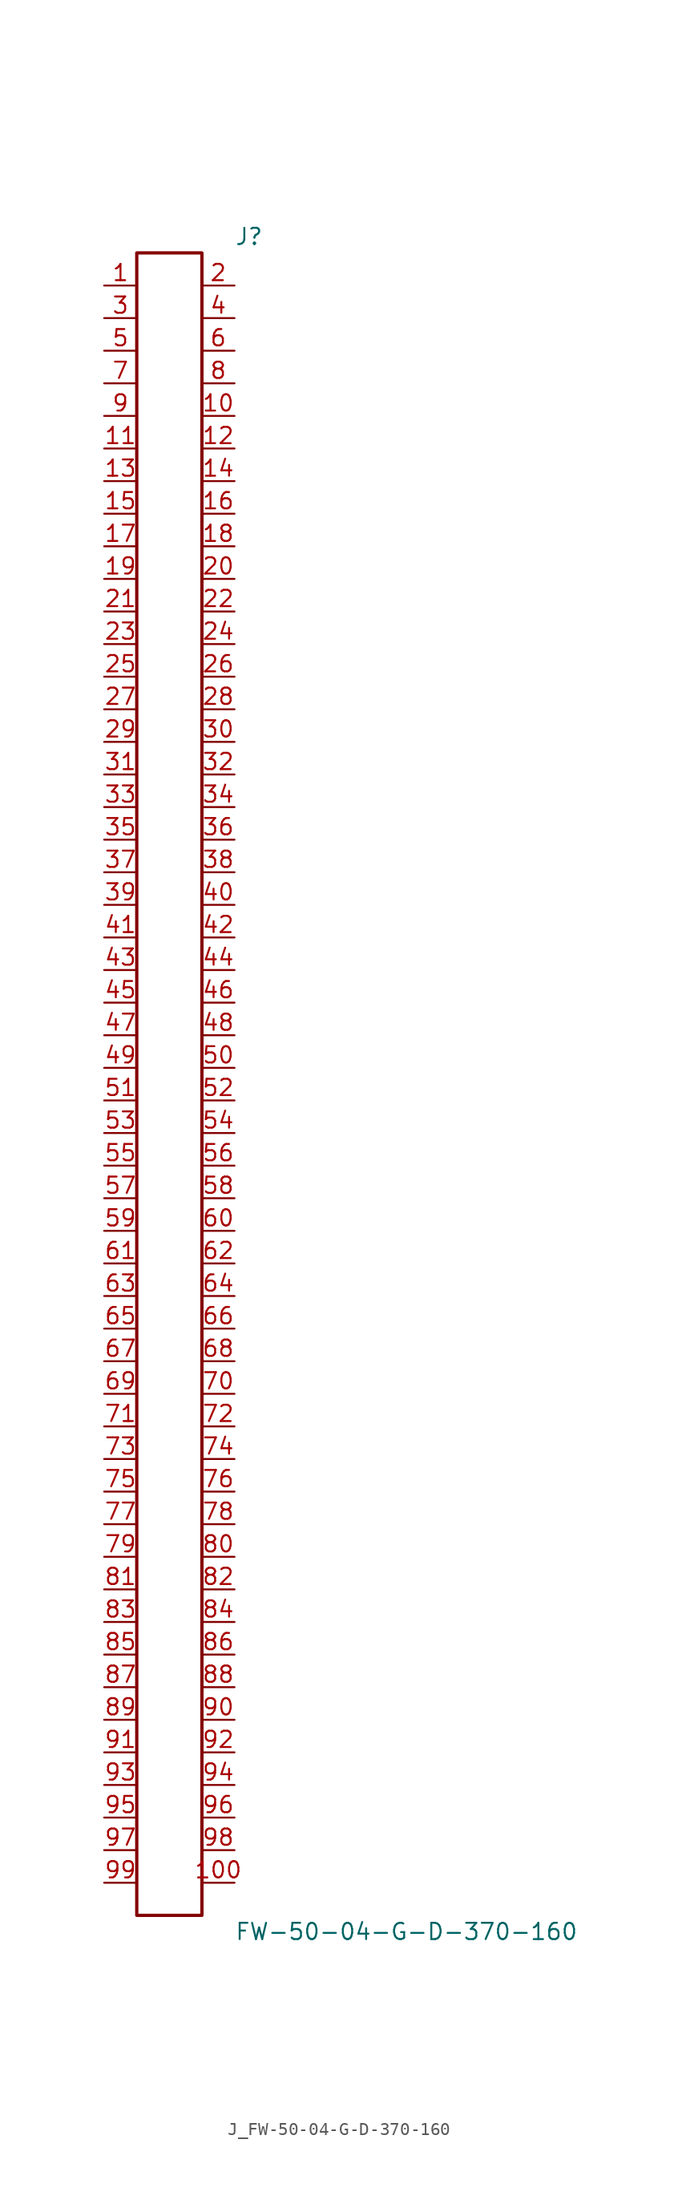
<source format=kicad_sym>
(kicad_symbol_lib
  (version 20231120)
  (generator kicad_symbol_editor)
  (generator_version 8.0)
  (symbol "J_FW-50-04-G-D-370-160"
    (pin_names
      (offset 0.254))
    (property "Reference" "J"
      (at 5.08 66.04 0)
      (effects (font (size 1.27 1.27)) (justify left)))
    (property "Value" "FW-50-04-G-D-370-160"
      (at 5.08 -66.04 0)
      (effects (font (size 1.27 1.27)) (justify left)))
    (symbol "J_FW-50-04-G-D-370-160_0_0"
      (pin unspecified line (at -5.08 62.23 0) (length 2.54) (name "" (effects (font (size 1.27 1.27)))) (number "1" (effects (font (size 1.27 1.27)))))
      (pin unspecified line (at 5.08 62.23 180) (length 2.54) (name "" (effects (font (size 1.27 1.27)))) (number "2" (effects (font (size 1.27 1.27)))))
      (pin unspecified line (at -5.08 59.69 0) (length 2.54) (name "" (effects (font (size 1.27 1.27)))) (number "3" (effects (font (size 1.27 1.27)))))
      (pin unspecified line (at 5.08 59.69 180) (length 2.54) (name "" (effects (font (size 1.27 1.27)))) (number "4" (effects (font (size 1.27 1.27)))))
      (pin unspecified line (at -5.08 57.15 0) (length 2.54) (name "" (effects (font (size 1.27 1.27)))) (number "5" (effects (font (size 1.27 1.27)))))
      (pin unspecified line (at 5.08 57.15 180) (length 2.54) (name "" (effects (font (size 1.27 1.27)))) (number "6" (effects (font (size 1.27 1.27)))))
      (pin unspecified line (at -5.08 54.61 0) (length 2.54) (name "" (effects (font (size 1.27 1.27)))) (number "7" (effects (font (size 1.27 1.27)))))
      (pin unspecified line (at 5.08 54.61 180) (length 2.54) (name "" (effects (font (size 1.27 1.27)))) (number "8" (effects (font (size 1.27 1.27)))))
      (pin unspecified line (at -5.08 52.07 0) (length 2.54) (name "" (effects (font (size 1.27 1.27)))) (number "9" (effects (font (size 1.27 1.27)))))
      (pin unspecified line (at 5.08 52.07 180) (length 2.54) (name "" (effects (font (size 1.27 1.27)))) (number "10" (effects (font (size 1.27 1.27)))))
      (pin unspecified line (at -5.08 49.53 0) (length 2.54) (name "" (effects (font (size 1.27 1.27)))) (number "11" (effects (font (size 1.27 1.27)))))
      (pin unspecified line (at 5.08 49.53 180) (length 2.54) (name "" (effects (font (size 1.27 1.27)))) (number "12" (effects (font (size 1.27 1.27)))))
      (pin unspecified line (at -5.08 46.99 0) (length 2.54) (name "" (effects (font (size 1.27 1.27)))) (number "13" (effects (font (size 1.27 1.27)))))
      (pin unspecified line (at 5.08 46.99 180) (length 2.54) (name "" (effects (font (size 1.27 1.27)))) (number "14" (effects (font (size 1.27 1.27)))))
      (pin unspecified line (at -5.08 44.45 0) (length 2.54) (name "" (effects (font (size 1.27 1.27)))) (number "15" (effects (font (size 1.27 1.27)))))
      (pin unspecified line (at 5.08 44.45 180) (length 2.54) (name "" (effects (font (size 1.27 1.27)))) (number "16" (effects (font (size 1.27 1.27)))))
      (pin unspecified line (at -5.08 41.91 0) (length 2.54) (name "" (effects (font (size 1.27 1.27)))) (number "17" (effects (font (size 1.27 1.27)))))
      (pin unspecified line (at 5.08 41.91 180) (length 2.54) (name "" (effects (font (size 1.27 1.27)))) (number "18" (effects (font (size 1.27 1.27)))))
      (pin unspecified line (at -5.08 39.37 0) (length 2.54) (name "" (effects (font (size 1.27 1.27)))) (number "19" (effects (font (size 1.27 1.27)))))
      (pin unspecified line (at 5.08 39.37 180) (length 2.54) (name "" (effects (font (size 1.27 1.27)))) (number "20" (effects (font (size 1.27 1.27)))))
      (pin unspecified line (at -5.08 36.83 0) (length 2.54) (name "" (effects (font (size 1.27 1.27)))) (number "21" (effects (font (size 1.27 1.27)))))
      (pin unspecified line (at 5.08 36.83 180) (length 2.54) (name "" (effects (font (size 1.27 1.27)))) (number "22" (effects (font (size 1.27 1.27)))))
      (pin unspecified line (at -5.08 34.29 0) (length 2.54) (name "" (effects (font (size 1.27 1.27)))) (number "23" (effects (font (size 1.27 1.27)))))
      (pin unspecified line (at 5.08 34.29 180) (length 2.54) (name "" (effects (font (size 1.27 1.27)))) (number "24" (effects (font (size 1.27 1.27)))))
      (pin unspecified line (at -5.08 31.75 0) (length 2.54) (name "" (effects (font (size 1.27 1.27)))) (number "25" (effects (font (size 1.27 1.27)))))
      (pin unspecified line (at 5.08 31.75 180) (length 2.54) (name "" (effects (font (size 1.27 1.27)))) (number "26" (effects (font (size 1.27 1.27)))))
      (pin unspecified line (at -5.08 29.21 0) (length 2.54) (name "" (effects (font (size 1.27 1.27)))) (number "27" (effects (font (size 1.27 1.27)))))
      (pin unspecified line (at 5.08 29.21 180) (length 2.54) (name "" (effects (font (size 1.27 1.27)))) (number "28" (effects (font (size 1.27 1.27)))))
      (pin unspecified line (at -5.08 26.67 0) (length 2.54) (name "" (effects (font (size 1.27 1.27)))) (number "29" (effects (font (size 1.27 1.27)))))
      (pin unspecified line (at 5.08 26.67 180) (length 2.54) (name "" (effects (font (size 1.27 1.27)))) (number "30" (effects (font (size 1.27 1.27)))))
      (pin unspecified line (at -5.08 24.13 0) (length 2.54) (name "" (effects (font (size 1.27 1.27)))) (number "31" (effects (font (size 1.27 1.27)))))
      (pin unspecified line (at 5.08 24.13 180) (length 2.54) (name "" (effects (font (size 1.27 1.27)))) (number "32" (effects (font (size 1.27 1.27)))))
      (pin unspecified line (at -5.08 21.59 0) (length 2.54) (name "" (effects (font (size 1.27 1.27)))) (number "33" (effects (font (size 1.27 1.27)))))
      (pin unspecified line (at 5.08 21.59 180) (length 2.54) (name "" (effects (font (size 1.27 1.27)))) (number "34" (effects (font (size 1.27 1.27)))))
      (pin unspecified line (at -5.08 19.05 0) (length 2.54) (name "" (effects (font (size 1.27 1.27)))) (number "35" (effects (font (size 1.27 1.27)))))
      (pin unspecified line (at 5.08 19.05 180) (length 2.54) (name "" (effects (font (size 1.27 1.27)))) (number "36" (effects (font (size 1.27 1.27)))))
      (pin unspecified line (at -5.08 16.51 0) (length 2.54) (name "" (effects (font (size 1.27 1.27)))) (number "37" (effects (font (size 1.27 1.27)))))
      (pin unspecified line (at 5.08 16.51 180) (length 2.54) (name "" (effects (font (size 1.27 1.27)))) (number "38" (effects (font (size 1.27 1.27)))))
      (pin unspecified line (at -5.08 13.97 0) (length 2.54) (name "" (effects (font (size 1.27 1.27)))) (number "39" (effects (font (size 1.27 1.27)))))
      (pin unspecified line (at 5.08 13.97 180) (length 2.54) (name "" (effects (font (size 1.27 1.27)))) (number "40" (effects (font (size 1.27 1.27)))))
      (pin unspecified line (at -5.08 11.43 0) (length 2.54) (name "" (effects (font (size 1.27 1.27)))) (number "41" (effects (font (size 1.27 1.27)))))
      (pin unspecified line (at 5.08 11.43 180) (length 2.54) (name "" (effects (font (size 1.27 1.27)))) (number "42" (effects (font (size 1.27 1.27)))))
      (pin unspecified line (at -5.08 8.89 0) (length 2.54) (name "" (effects (font (size 1.27 1.27)))) (number "43" (effects (font (size 1.27 1.27)))))
      (pin unspecified line (at 5.08 8.89 180) (length 2.54) (name "" (effects (font (size 1.27 1.27)))) (number "44" (effects (font (size 1.27 1.27)))))
      (pin unspecified line (at -5.08 6.35 0) (length 2.54) (name "" (effects (font (size 1.27 1.27)))) (number "45" (effects (font (size 1.27 1.27)))))
      (pin unspecified line (at 5.08 6.35 180) (length 2.54) (name "" (effects (font (size 1.27 1.27)))) (number "46" (effects (font (size 1.27 1.27)))))
      (pin unspecified line (at -5.08 3.81 0) (length 2.54) (name "" (effects (font (size 1.27 1.27)))) (number "47" (effects (font (size 1.27 1.27)))))
      (pin unspecified line (at 5.08 3.81 180) (length 2.54) (name "" (effects (font (size 1.27 1.27)))) (number "48" (effects (font (size 1.27 1.27)))))
      (pin unspecified line (at -5.08 1.27 0) (length 2.54) (name "" (effects (font (size 1.27 1.27)))) (number "49" (effects (font (size 1.27 1.27)))))
      (pin unspecified line (at 5.08 1.27 180) (length 2.54) (name "" (effects (font (size 1.27 1.27)))) (number "50" (effects (font (size 1.27 1.27)))))
      (pin unspecified line (at -5.08 -1.27 0) (length 2.54) (name "" (effects (font (size 1.27 1.27)))) (number "51" (effects (font (size 1.27 1.27)))))
      (pin unspecified line (at 5.08 -1.27 180) (length 2.54) (name "" (effects (font (size 1.27 1.27)))) (number "52" (effects (font (size 1.27 1.27)))))
      (pin unspecified line (at -5.08 -3.81 0) (length 2.54) (name "" (effects (font (size 1.27 1.27)))) (number "53" (effects (font (size 1.27 1.27)))))
      (pin unspecified line (at 5.08 -3.81 180) (length 2.54) (name "" (effects (font (size 1.27 1.27)))) (number "54" (effects (font (size 1.27 1.27)))))
      (pin unspecified line (at -5.08 -6.35 0) (length 2.54) (name "" (effects (font (size 1.27 1.27)))) (number "55" (effects (font (size 1.27 1.27)))))
      (pin unspecified line (at 5.08 -6.35 180) (length 2.54) (name "" (effects (font (size 1.27 1.27)))) (number "56" (effects (font (size 1.27 1.27)))))
      (pin unspecified line (at -5.08 -8.89 0) (length 2.54) (name "" (effects (font (size 1.27 1.27)))) (number "57" (effects (font (size 1.27 1.27)))))
      (pin unspecified line (at 5.08 -8.89 180) (length 2.54) (name "" (effects (font (size 1.27 1.27)))) (number "58" (effects (font (size 1.27 1.27)))))
      (pin unspecified line (at -5.08 -11.43 0) (length 2.54) (name "" (effects (font (size 1.27 1.27)))) (number "59" (effects (font (size 1.27 1.27)))))
      (pin unspecified line (at 5.08 -11.43 180) (length 2.54) (name "" (effects (font (size 1.27 1.27)))) (number "60" (effects (font (size 1.27 1.27)))))
      (pin unspecified line (at -5.08 -13.97 0) (length 2.54) (name "" (effects (font (size 1.27 1.27)))) (number "61" (effects (font (size 1.27 1.27)))))
      (pin unspecified line (at 5.08 -13.97 180) (length 2.54) (name "" (effects (font (size 1.27 1.27)))) (number "62" (effects (font (size 1.27 1.27)))))
      (pin unspecified line (at -5.08 -16.51 0) (length 2.54) (name "" (effects (font (size 1.27 1.27)))) (number "63" (effects (font (size 1.27 1.27)))))
      (pin unspecified line (at 5.08 -16.51 180) (length 2.54) (name "" (effects (font (size 1.27 1.27)))) (number "64" (effects (font (size 1.27 1.27)))))
      (pin unspecified line (at -5.08 -19.05 0) (length 2.54) (name "" (effects (font (size 1.27 1.27)))) (number "65" (effects (font (size 1.27 1.27)))))
      (pin unspecified line (at 5.08 -19.05 180) (length 2.54) (name "" (effects (font (size 1.27 1.27)))) (number "66" (effects (font (size 1.27 1.27)))))
      (pin unspecified line (at -5.08 -21.59 0) (length 2.54) (name "" (effects (font (size 1.27 1.27)))) (number "67" (effects (font (size 1.27 1.27)))))
      (pin unspecified line (at 5.08 -21.59 180) (length 2.54) (name "" (effects (font (size 1.27 1.27)))) (number "68" (effects (font (size 1.27 1.27)))))
      (pin unspecified line (at -5.08 -24.13 0) (length 2.54) (name "" (effects (font (size 1.27 1.27)))) (number "69" (effects (font (size 1.27 1.27)))))
      (pin unspecified line (at 5.08 -24.13 180) (length 2.54) (name "" (effects (font (size 1.27 1.27)))) (number "70" (effects (font (size 1.27 1.27)))))
      (pin unspecified line (at -5.08 -26.67 0) (length 2.54) (name "" (effects (font (size 1.27 1.27)))) (number "71" (effects (font (size 1.27 1.27)))))
      (pin unspecified line (at 5.08 -26.67 180) (length 2.54) (name "" (effects (font (size 1.27 1.27)))) (number "72" (effects (font (size 1.27 1.27)))))
      (pin unspecified line (at -5.08 -29.21 0) (length 2.54) (name "" (effects (font (size 1.27 1.27)))) (number "73" (effects (font (size 1.27 1.27)))))
      (pin unspecified line (at 5.08 -29.21 180) (length 2.54) (name "" (effects (font (size 1.27 1.27)))) (number "74" (effects (font (size 1.27 1.27)))))
      (pin unspecified line (at -5.08 -31.75 0) (length 2.54) (name "" (effects (font (size 1.27 1.27)))) (number "75" (effects (font (size 1.27 1.27)))))
      (pin unspecified line (at 5.08 -31.75 180) (length 2.54) (name "" (effects (font (size 1.27 1.27)))) (number "76" (effects (font (size 1.27 1.27)))))
      (pin unspecified line (at -5.08 -34.29 0) (length 2.54) (name "" (effects (font (size 1.27 1.27)))) (number "77" (effects (font (size 1.27 1.27)))))
      (pin unspecified line (at 5.08 -34.29 180) (length 2.54) (name "" (effects (font (size 1.27 1.27)))) (number "78" (effects (font (size 1.27 1.27)))))
      (pin unspecified line (at -5.08 -36.83 0) (length 2.54) (name "" (effects (font (size 1.27 1.27)))) (number "79" (effects (font (size 1.27 1.27)))))
      (pin unspecified line (at 5.08 -36.83 180) (length 2.54) (name "" (effects (font (size 1.27 1.27)))) (number "80" (effects (font (size 1.27 1.27)))))
      (pin unspecified line (at -5.08 -39.37 0) (length 2.54) (name "" (effects (font (size 1.27 1.27)))) (number "81" (effects (font (size 1.27 1.27)))))
      (pin unspecified line (at 5.08 -39.37 180) (length 2.54) (name "" (effects (font (size 1.27 1.27)))) (number "82" (effects (font (size 1.27 1.27)))))
      (pin unspecified line (at -5.08 -41.91 0) (length 2.54) (name "" (effects (font (size 1.27 1.27)))) (number "83" (effects (font (size 1.27 1.27)))))
      (pin unspecified line (at 5.08 -41.91 180) (length 2.54) (name "" (effects (font (size 1.27 1.27)))) (number "84" (effects (font (size 1.27 1.27)))))
      (pin unspecified line (at -5.08 -44.45 0) (length 2.54) (name "" (effects (font (size 1.27 1.27)))) (number "85" (effects (font (size 1.27 1.27)))))
      (pin unspecified line (at 5.08 -44.45 180) (length 2.54) (name "" (effects (font (size 1.27 1.27)))) (number "86" (effects (font (size 1.27 1.27)))))
      (pin unspecified line (at -5.08 -46.99 0) (length 2.54) (name "" (effects (font (size 1.27 1.27)))) (number "87" (effects (font (size 1.27 1.27)))))
      (pin unspecified line (at 5.08 -46.99 180) (length 2.54) (name "" (effects (font (size 1.27 1.27)))) (number "88" (effects (font (size 1.27 1.27)))))
      (pin unspecified line (at -5.08 -49.53 0) (length 2.54) (name "" (effects (font (size 1.27 1.27)))) (number "89" (effects (font (size 1.27 1.27)))))
      (pin unspecified line (at 5.08 -49.53 180) (length 2.54) (name "" (effects (font (size 1.27 1.27)))) (number "90" (effects (font (size 1.27 1.27)))))
      (pin unspecified line (at -5.08 -52.07 0) (length 2.54) (name "" (effects (font (size 1.27 1.27)))) (number "91" (effects (font (size 1.27 1.27)))))
      (pin unspecified line (at 5.08 -52.07 180) (length 2.54) (name "" (effects (font (size 1.27 1.27)))) (number "92" (effects (font (size 1.27 1.27)))))
      (pin unspecified line (at -5.08 -54.61 0) (length 2.54) (name "" (effects (font (size 1.27 1.27)))) (number "93" (effects (font (size 1.27 1.27)))))
      (pin unspecified line (at 5.08 -54.61 180) (length 2.54) (name "" (effects (font (size 1.27 1.27)))) (number "94" (effects (font (size 1.27 1.27)))))
      (pin unspecified line (at -5.08 -57.15 0) (length 2.54) (name "" (effects (font (size 1.27 1.27)))) (number "95" (effects (font (size 1.27 1.27)))))
      (pin unspecified line (at 5.08 -57.15 180) (length 2.54) (name "" (effects (font (size 1.27 1.27)))) (number "96" (effects (font (size 1.27 1.27)))))
      (pin unspecified line (at -5.08 -59.69 0) (length 2.54) (name "" (effects (font (size 1.27 1.27)))) (number "97" (effects (font (size 1.27 1.27)))))
      (pin unspecified line (at 5.08 -59.69 180) (length 2.54) (name "" (effects (font (size 1.27 1.27)))) (number "98" (effects (font (size 1.27 1.27)))))
      (pin unspecified line (at -5.08 -62.23 0) (length 2.54) (name "" (effects (font (size 1.27 1.27)))) (number "99" (effects (font (size 1.27 1.27)))))
      (pin unspecified line (at 5.08 -62.23 180) (length 2.54) (name "" (effects (font (size 1.27 1.27)))) (number "100" (effects (font (size 1.27 1.27))))))
    (symbol "J_FW-50-04-G-D-370-160_1_0"
      (rectangle (start -2.54 64.77) (end 2.54 -64.77) (stroke (width 0.254) (type solid)) (fill (type none))))))
</source>
